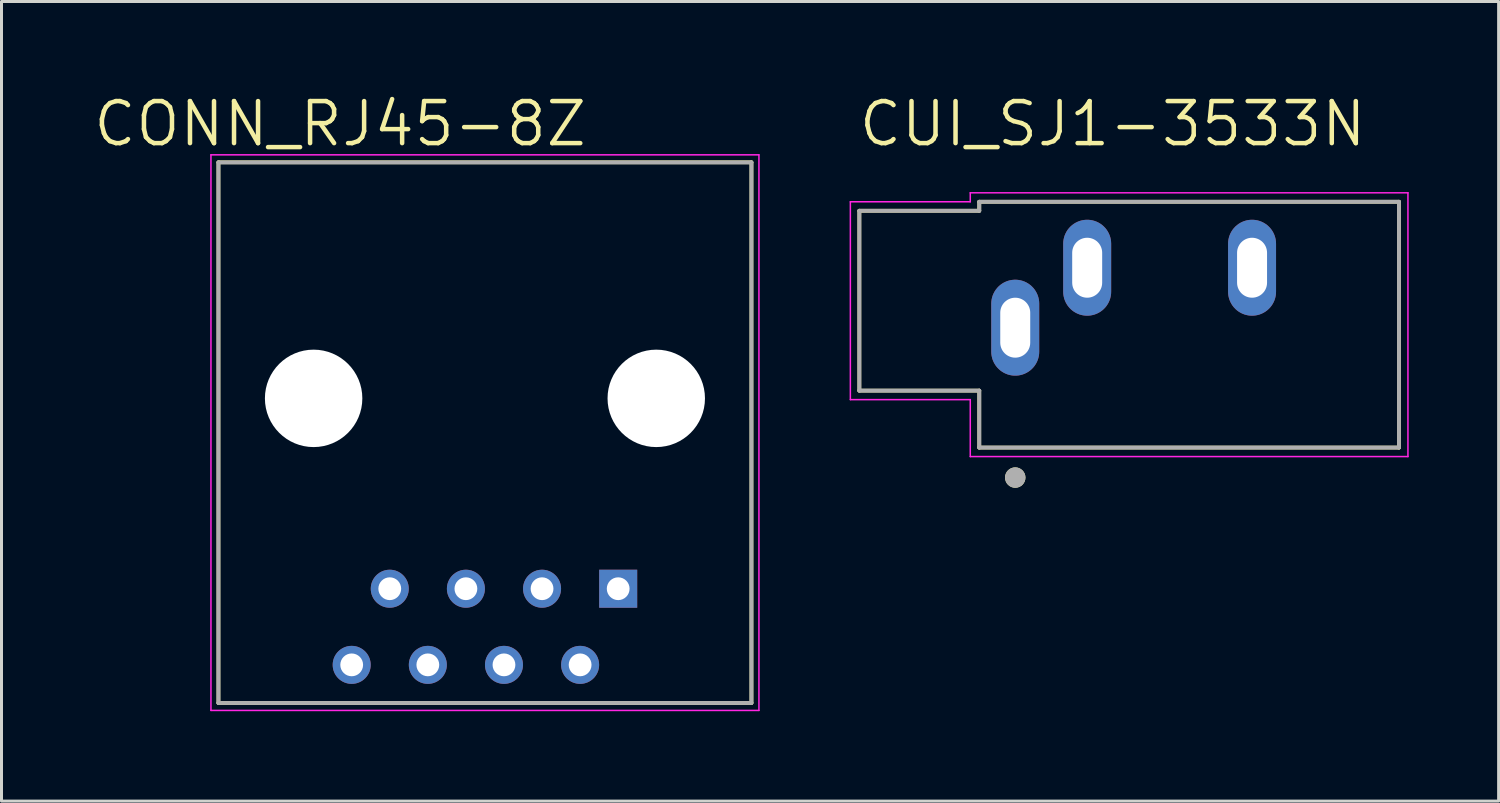
<source format=kicad_pcb>
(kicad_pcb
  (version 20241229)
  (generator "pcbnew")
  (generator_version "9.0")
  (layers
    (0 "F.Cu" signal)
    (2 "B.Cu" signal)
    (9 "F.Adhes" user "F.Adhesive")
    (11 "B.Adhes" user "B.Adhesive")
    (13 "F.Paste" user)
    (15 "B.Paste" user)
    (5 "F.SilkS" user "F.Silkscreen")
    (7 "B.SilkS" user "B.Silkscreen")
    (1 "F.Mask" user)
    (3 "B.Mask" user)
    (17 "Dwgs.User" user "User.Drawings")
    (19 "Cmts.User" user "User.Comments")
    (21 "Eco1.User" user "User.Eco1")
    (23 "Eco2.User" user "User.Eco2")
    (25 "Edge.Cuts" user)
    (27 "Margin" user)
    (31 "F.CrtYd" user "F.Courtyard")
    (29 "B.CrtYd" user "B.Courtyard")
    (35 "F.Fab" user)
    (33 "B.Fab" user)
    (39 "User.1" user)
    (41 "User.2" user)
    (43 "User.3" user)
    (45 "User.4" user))
  (footprint "CONN_RJ45-8Z"
    (layer "F.Cu")
    (at 13.127 10.239)
    (property "Reference" "CONN_RJ45-8Z" (at -4.832 -9.156 0) (layer "F.SilkS") (effects (font (size 1.402 1.402) (thickness 0.15))))
    (attr through_hole)
    (fp_line (start -8.89 -7.874) (end -8.89 10.16) (stroke (width 0.127) (type solid)) (layer "F.SilkS"))
    (fp_line (start -8.89 10.16) (end 8.89 10.16) (stroke (width 0.127) (type solid)) (layer "F.SilkS"))
    (fp_line (start 8.89 -7.874) (end -8.89 -7.874) (stroke (width 0.127) (type solid)) (layer "F.SilkS"))
    (fp_line (start 8.89 10.16) (end 8.89 -7.874) (stroke (width 0.127) (type solid)) (layer "F.SilkS"))
    (fp_line (start -9.14 -8.124) (end -9.14 10.41) (stroke (width 0.05) (type solid)) (layer "F.CrtYd"))
    (fp_line (start -9.14 10.41) (end 9.14 10.41) (stroke (width 0.05) (type solid)) (layer "F.CrtYd"))
    (fp_line (start 9.14 -8.124) (end -9.14 -8.124) (stroke (width 0.05) (type solid)) (layer "F.CrtYd"))
    (fp_line (start 9.14 10.41) (end 9.14 -8.124) (stroke (width 0.05) (type solid)) (layer "F.CrtYd"))
    (fp_line (start -8.89 -7.87) (end -8.89 10.16) (stroke (width 0.127) (type solid)) (layer "F.Fab"))
    (fp_line (start -8.89 10.16) (end 8.89 10.16) (stroke (width 0.127) (type solid)) (layer "F.Fab"))
    (fp_line (start 8.89 -7.87) (end -8.89 -7.87) (stroke (width 0.127) (type solid)) (layer "F.Fab"))
    (fp_line (start 8.89 10.16) (end 8.89 -7.87) (stroke (width 0.127) (type solid)) (layer "F.Fab"))
    (pad "" np_thru_hole circle (at -5.715 0) (size 3.25 3.25) (drill 3.25) (layers "*.Cu" "*.Mask"))
    (pad "" np_thru_hole circle (at 5.715 0) (size 3.25 3.25) (drill 3.25) (layers "*.Cu" "*.Mask"))
    (pad "1" thru_hole rect (at 4.445 6.35) (size 1.268 1.268) (drill 0.76) (layers "*.Cu" "*.Mask"))
    (pad "2" thru_hole circle (at 3.175 8.89) (size 1.268 1.268) (drill 0.76) (layers "*.Cu" "*.Mask"))
    (pad "3" thru_hole circle (at 1.905 6.35) (size 1.268 1.268) (drill 0.76) (layers "*.Cu" "*.Mask"))
    (pad "4" thru_hole circle (at 0.635 8.89) (size 1.268 1.268) (drill 0.76) (layers "*.Cu" "*.Mask"))
    (pad "5" thru_hole circle (at -0.635 6.35) (size 1.268 1.268) (drill 0.76) (layers "*.Cu" "*.Mask"))
    (pad "6" thru_hole circle (at -1.905 8.89) (size 1.268 1.268) (drill 0.76) (layers "*.Cu" "*.Mask"))
    (pad "7" thru_hole circle (at -3.175 6.35) (size 1.268 1.268) (drill 0.76) (layers "*.Cu" "*.Mask"))
    (pad "8" thru_hole circle (at -4.445 8.89) (size 1.268 1.268) (drill 0.76) (layers "*.Cu" "*.Mask")))
  (footprint "CUI_SJ1-3533N"
    (layer "F.Cu")
    (at 30.817 7.881)
    (property "Reference" "CUI_SJ1-3533N" (at 3.249 -6.798 0) (layer "F.SilkS") (effects (font (size 1.402 1.402) (thickness 0.15))))
    (attr through_hole)
    (fp_line (start -5.2 -3.9) (end -1.2 -3.9) (stroke (width 0.127) (type solid)) (layer "F.SilkS"))
    (fp_line (start -5.2 2.1) (end -5.2 -3.9) (stroke (width 0.127) (type solid)) (layer "F.SilkS"))
    (fp_line (start -1.2 -4.2) (end 12.8 -4.2) (stroke (width 0.127) (type solid)) (layer "F.SilkS"))
    (fp_line (start -1.2 -3.9) (end -1.2 -4.2) (stroke (width 0.127) (type solid)) (layer "F.SilkS"))
    (fp_line (start -1.2 2.1) (end -5.2 2.1) (stroke (width 0.127) (type solid)) (layer "F.SilkS"))
    (fp_line (start -1.2 4) (end -1.2 2.1) (stroke (width 0.127) (type solid)) (layer "F.SilkS"))
    (fp_line (start 12.8 -4.2) (end 12.8 4) (stroke (width 0.127) (type solid)) (layer "F.SilkS"))
    (fp_line (start 12.8 4) (end -1.2 4) (stroke (width 0.127) (type solid)) (layer "F.SilkS"))
    (fp_circle (center 0 5) (end 0.17 5) (stroke (width 0.34) (type solid)) (fill no) (layer "F.SilkS"))
    (fp_line (start -5.5 -4.2) (end -1.5 -4.2) (stroke (width 0.05) (type solid)) (layer "F.CrtYd"))
    (fp_line (start -5.5 2.4) (end -5.5 -4.2) (stroke (width 0.05) (type solid)) (layer "F.CrtYd"))
    (fp_line (start -1.5 -4.5) (end 13.1 -4.5) (stroke (width 0.05) (type solid)) (layer "F.CrtYd"))
    (fp_line (start -1.5 -4.2) (end -1.5 -4.5) (stroke (width 0.05) (type solid)) (layer "F.CrtYd"))
    (fp_line (start -1.5 2.4) (end -5.5 2.4) (stroke (width 0.05) (type solid)) (layer "F.CrtYd"))
    (fp_line (start -1.5 4.3) (end -1.5 2.4) (stroke (width 0.05) (type solid)) (layer "F.CrtYd"))
    (fp_line (start 13.1 -4.5) (end 13.1 4.3) (stroke (width 0.05) (type solid)) (layer "F.CrtYd"))
    (fp_line (start 13.1 4.3) (end -1.5 4.3) (stroke (width 0.05) (type solid)) (layer "F.CrtYd"))
    (fp_line (start -5.2 -3.9) (end -1.2 -3.9) (stroke (width 0.127) (type solid)) (layer "F.Fab"))
    (fp_line (start -5.2 2.1) (end -5.2 -3.9) (stroke (width 0.127) (type solid)) (layer "F.Fab"))
    (fp_line (start -1.2 -4.2) (end 12.8 -4.2) (stroke (width 0.127) (type solid)) (layer "F.Fab"))
    (fp_line (start -1.2 -3.9) (end -1.2 -4.2) (stroke (width 0.127) (type solid)) (layer "F.Fab"))
    (fp_line (start -1.2 2.1) (end -5.2 2.1) (stroke (width 0.127) (type solid)) (layer "F.Fab"))
    (fp_line (start -1.2 4) (end -1.2 2.1) (stroke (width 0.127) (type solid)) (layer "F.Fab"))
    (fp_line (start 12.8 -4.2) (end 12.8 4) (stroke (width 0.127) (type solid)) (layer "F.Fab"))
    (fp_line (start 12.8 4) (end -1.2 4) (stroke (width 0.127) (type solid)) (layer "F.Fab"))
    (fp_circle (center 0 5) (end 0.17 5) (stroke (width 0.34) (type solid)) (fill no) (layer "F.Fab"))
    (pad "1" thru_hole oval (at 0 0) (size 1.6 3.2) (drill oval 1 2) (layers "*.Cu" "*.Mask"))
    (pad "2" thru_hole oval (at 2.4 -2) (size 1.6 3.2) (drill oval 1 2) (layers "*.Cu" "*.Mask"))
    (pad "3" thru_hole oval (at 7.9 -2) (size 1.6 3.2) (drill oval 1 2) (layers "*.Cu" "*.Mask")))
  (gr_rect
    (start -3 -3)
    (end 46.942 23.674)
    (stroke (width 0.1) (type default))
    (fill no)
    (layer "Edge.Cuts")))
</source>
